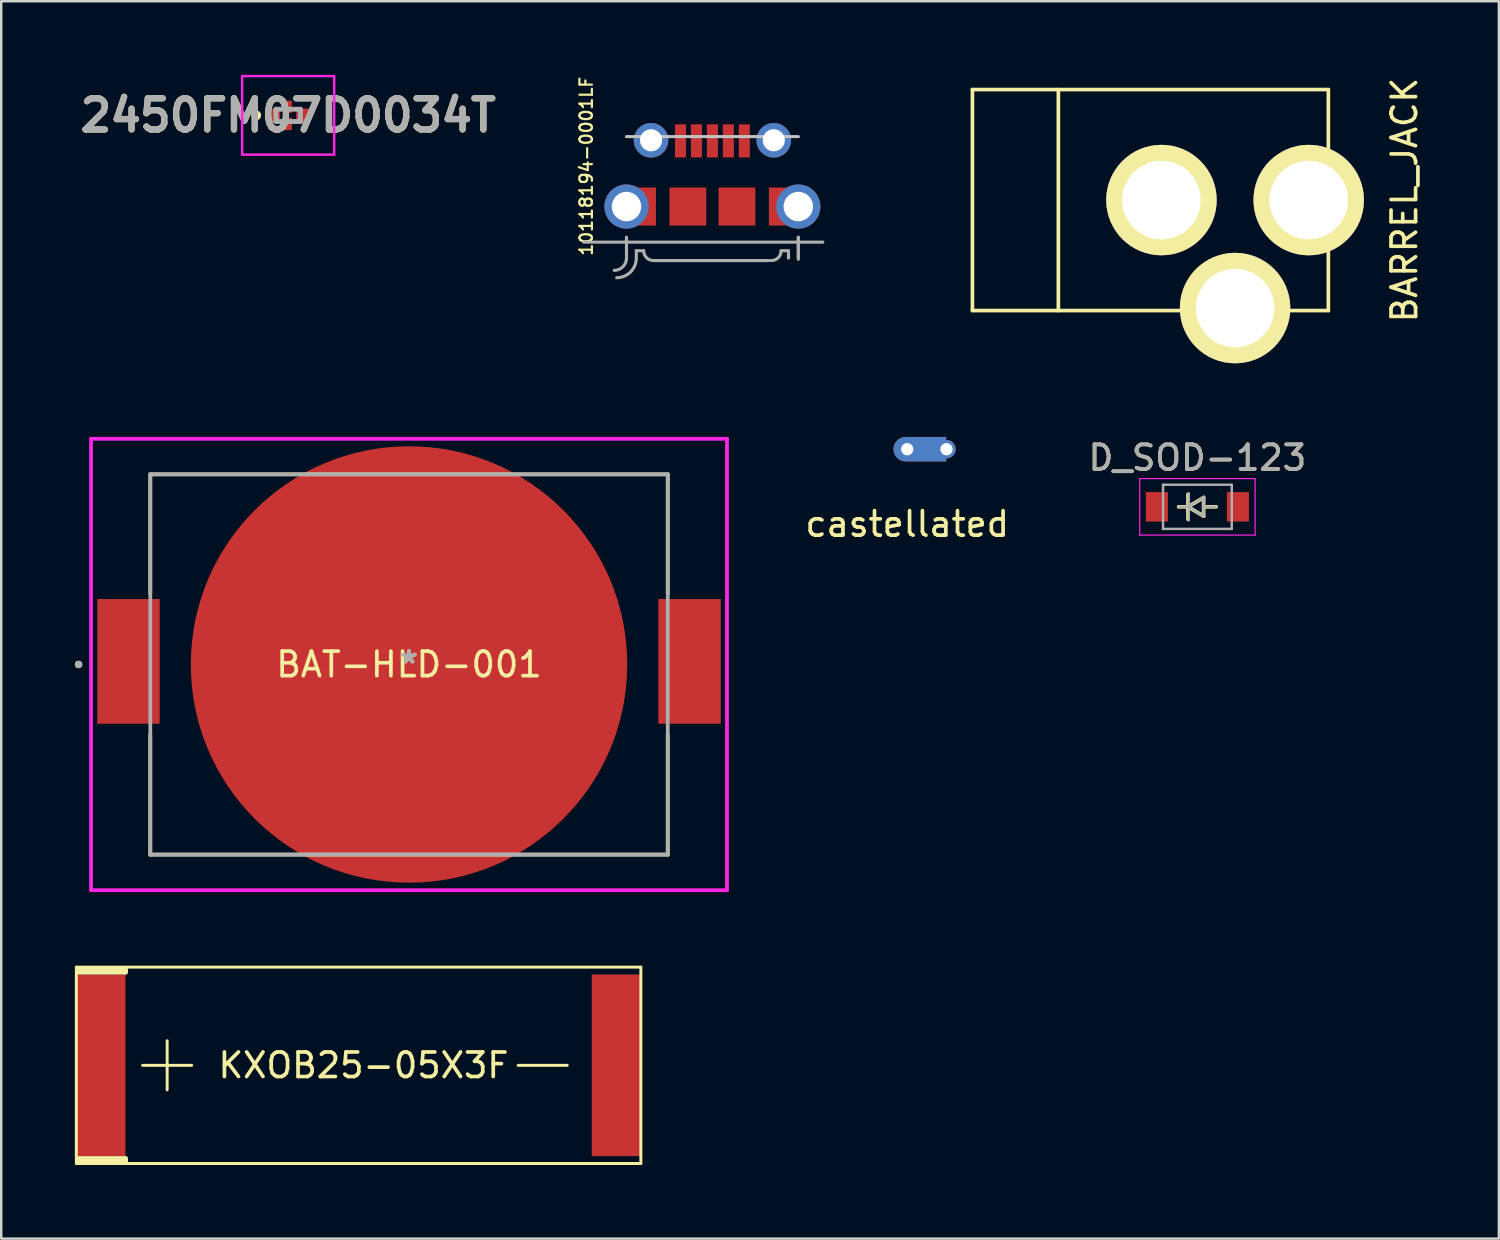
<source format=kicad_pcb>
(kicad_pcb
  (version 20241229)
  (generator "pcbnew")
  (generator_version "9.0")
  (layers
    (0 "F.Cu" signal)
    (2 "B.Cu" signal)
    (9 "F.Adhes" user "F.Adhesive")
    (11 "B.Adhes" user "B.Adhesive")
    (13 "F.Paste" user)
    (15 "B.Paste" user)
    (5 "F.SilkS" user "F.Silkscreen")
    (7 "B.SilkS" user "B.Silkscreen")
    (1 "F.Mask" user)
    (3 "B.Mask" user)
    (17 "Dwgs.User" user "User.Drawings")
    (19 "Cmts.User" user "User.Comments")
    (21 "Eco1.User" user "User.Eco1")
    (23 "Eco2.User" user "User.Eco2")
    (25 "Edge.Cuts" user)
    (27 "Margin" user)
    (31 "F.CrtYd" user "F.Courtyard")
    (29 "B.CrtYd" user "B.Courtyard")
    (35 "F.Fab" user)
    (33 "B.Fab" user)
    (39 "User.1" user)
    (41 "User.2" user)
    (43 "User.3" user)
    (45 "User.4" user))
  (footprint "2450FM07D0034T"
    (layer "F.Cu")
    (at 8.69 1.65)
    (property "Reference" "2450FM07D0034T" (at 0 0 0) (layer "F.SilkS") (effects (font (size 1.27 1.27) (thickness 0.254))))
    (attr smd)
    (fp_line (start -1.3 -0.1) (end -1.3 -0.1) (stroke (width 0.2) (type solid)) (layer "F.SilkS"))
    (fp_line (start -1.3 0.1) (end -1.3 0.1) (stroke (width 0.2) (type solid)) (layer "F.SilkS"))
    (fp_arc (start -1.3 -0.1) (mid -1.2 0) (end -1.3 0.1) (stroke (width 0.2) (type solid)) (layer "F.SilkS"))
    (fp_arc (start -1.3 0.1) (mid -1.4 0) (end -1.3 -0.1) (stroke (width 0.2) (type solid)) (layer "F.SilkS"))
    (fp_line (start -1.875 -1.6) (end 1.875 -1.6) (stroke (width 0.1) (type solid)) (layer "F.CrtYd"))
    (fp_line (start -1.875 1.6) (end -1.875 -1.6) (stroke (width 0.1) (type solid)) (layer "F.CrtYd"))
    (fp_line (start 1.875 -1.6) (end 1.875 1.6) (stroke (width 0.1) (type solid)) (layer "F.CrtYd"))
    (fp_line (start 1.875 1.6) (end -1.875 1.6) (stroke (width 0.1) (type solid)) (layer "F.CrtYd"))
    (fp_line (start -0.5 -0.25) (end 0.5 -0.25) (stroke (width 0.2) (type solid)) (layer "F.Fab"))
    (fp_line (start -0.5 0.25) (end -0.5 -0.25) (stroke (width 0.2) (type solid)) (layer "F.Fab"))
    (fp_line (start 0.5 -0.25) (end 0.5 0.25) (stroke (width 0.2) (type solid)) (layer "F.Fab"))
    (fp_line (start 0.5 0.25) (end -0.5 0.25) (stroke (width 0.2) (type solid)) (layer "F.Fab"))
    (fp_text user "${REFERENCE}" (at 0 0 0) (layer "F.Fab") (effects (font (size 1.27 1.27) (thickness 0.254))))
    (pad "1" smd rect (at -0.6 0 90) (size 0.55 0.55) (layers "F.Cu" "F.Mask" "F.Paste"))
    (pad "2" smd rect (at 0 0.35) (size 0.3 0.5) (layers "F.Cu" "F.Mask" "F.Paste"))
    (pad "3" smd rect (at 0.6 0 90) (size 0.55 0.55) (layers "F.Cu" "F.Mask" "F.Paste"))
    (pad "4" smd rect (at 0 -0.35) (size 0.3 0.5) (layers "F.Cu" "F.Mask" "F.Paste")))
  (footprint "castellated"
    (layer "F.Cu")
    (at 33.912 15.251)
    (property "Reference" "castellated" (at 0 3.048 0) (layer "F.SilkS") (effects (font (size 1 1) (thickness 0.15))))
    (attr through_hole)
    (pad "1" thru_hole circle (at 0 0) (size 0.75 0.75) (drill 0.5) (layers "*.Cu" "*.Mask"))
    (pad "1" smd custom (at 0.762 0) (size 1.65 1) (layers "F.Cu" "F.Mask" "F.Paste") (options (anchor rect)) (primitives (gr_circle (center -0.825 0) (end -0.325 0) (width 0) (fill yes))))
    (pad "1" smd custom (at 0.762 0) (size 1.65 1) (layers "*.Mask" "B.Cu") (options (anchor rect)) (primitives (gr_circle (center -0.825 0) (end -0.325 0) (width 0) (fill yes))))
    (pad "1" thru_hole circle (at 1.6 0) (size 0.75 0.75) (drill 0.5) (layers "*.Cu" "*.Mask")))
  (footprint "D_SOD-123"
    (layer "F.Cu")
    (at 45.734 17.599)
    (property "Reference" "D_SOD-123" (at 0 -2 0) (layer "F.SilkS") (effects (font (size 1 1) (thickness 0.15))))
    (attr smd)
    (fp_line (start -0.762 0) (end -0.381 0) (stroke (width 0.15) (type solid)) (layer "F.SilkS"))
    (fp_line (start -0.381 -0.508) (end -0.381 0.508) (stroke (width 0.15) (type solid)) (layer "F.SilkS"))
    (fp_line (start -0.381 0) (end 0.254 -0.381) (stroke (width 0.15) (type solid)) (layer "F.SilkS"))
    (fp_line (start 0.254 -0.381) (end 0.254 0.381) (stroke (width 0.15) (type solid)) (layer "F.SilkS"))
    (fp_line (start 0.254 0) (end 0.762 0) (stroke (width 0.15) (type solid)) (layer "F.SilkS"))
    (fp_line (start 0.254 0.381) (end -0.381 0) (stroke (width 0.15) (type solid)) (layer "F.SilkS"))
    (fp_line (start -2.35 -1.15) (end -2.35 1.15) (stroke (width 0.05) (type solid)) (layer "F.CrtYd"))
    (fp_line (start -2.35 -1.15) (end 2.35 -1.15) (stroke (width 0.05) (type solid)) (layer "F.CrtYd"))
    (fp_line (start 2.35 -1.15) (end 2.35 1.15) (stroke (width 0.05) (type solid)) (layer "F.CrtYd"))
    (fp_line (start 2.35 1.15) (end -2.35 1.15) (stroke (width 0.05) (type solid)) (layer "F.CrtYd"))
    (fp_line (start -1.4 -0.9) (end 1.4 -0.9) (stroke (width 0.1) (type solid)) (layer "F.Fab"))
    (fp_line (start -1.4 0.9) (end -1.4 -0.9) (stroke (width 0.1) (type solid)) (layer "F.Fab"))
    (fp_line (start -0.75 0) (end -0.35 0) (stroke (width 0.1) (type solid)) (layer "F.Fab"))
    (fp_line (start -0.35 0) (end -0.35 -0.55) (stroke (width 0.1) (type solid)) (layer "F.Fab"))
    (fp_line (start -0.35 0) (end -0.35 0.55) (stroke (width 0.1) (type solid)) (layer "F.Fab"))
    (fp_line (start -0.35 0) (end 0.25 -0.4) (stroke (width 0.1) (type solid)) (layer "F.Fab"))
    (fp_line (start 0.25 -0.4) (end 0.25 0.4) (stroke (width 0.1) (type solid)) (layer "F.Fab"))
    (fp_line (start 0.25 0) (end 0.75 0) (stroke (width 0.1) (type solid)) (layer "F.Fab"))
    (fp_line (start 0.25 0.4) (end -0.35 0) (stroke (width 0.1) (type solid)) (layer "F.Fab"))
    (fp_line (start 1.4 -0.9) (end 1.4 0.9) (stroke (width 0.1) (type solid)) (layer "F.Fab"))
    (fp_line (start 1.4 0.9) (end -1.4 0.9) (stroke (width 0.1) (type solid)) (layer "F.Fab"))
    (fp_text user "${REFERENCE}" (at 0 -2 0) (layer "F.Fab") (effects (font (size 1 1) (thickness 0.15))))
    (pad "1" smd rect (at -1.65 0) (size 0.9 1.2) (layers "F.Cu" "F.Mask" "F.Paste"))
    (pad "2" smd rect (at 1.65 0) (size 0.9 1.2) (layers "F.Cu" "F.Mask" "F.Paste")))
  (footprint "BAT-HLD-001"
    (layer "F.Cu")
    (at 13.614 24.022)
    (property "Reference" "BAT-HLD-001" (at 0 0 0) (layer "F.SilkS") (effects (font (size 1 1) (thickness 0.15))))
    (attr through_hole)
    (fp_line (start -10.541 -7.747) (end -10.541 -2.873) (stroke (width 0.152) (type solid)) (layer "F.SilkS"))
    (fp_line (start -10.541 2.873) (end -10.541 7.747) (stroke (width 0.152) (type solid)) (layer "F.SilkS"))
    (fp_line (start -10.541 7.747) (end 10.541 7.747) (stroke (width 0.152) (type solid)) (layer "F.SilkS"))
    (fp_line (start 10.541 -7.747) (end -10.541 -7.747) (stroke (width 0.152) (type solid)) (layer "F.SilkS"))
    (fp_line (start 10.541 -2.873) (end 10.541 -7.747) (stroke (width 0.152) (type solid)) (layer "F.SilkS"))
    (fp_line (start 10.541 7.747) (end 10.541 2.873) (stroke (width 0.152) (type solid)) (layer "F.SilkS"))
    (fp_circle (center -13.462 0) (end -13.386 0) (stroke (width 0.152) (type solid)) (fill no) (layer "F.SilkS"))
    (fp_line (start -12.954 -9.195) (end 12.954 -9.195) (stroke (width 0.152) (type solid)) (layer "F.CrtYd"))
    (fp_line (start -12.954 9.195) (end -12.954 -9.195) (stroke (width 0.152) (type solid)) (layer "F.CrtYd"))
    (fp_line (start 12.954 -9.195) (end 12.954 9.195) (stroke (width 0.152) (type solid)) (layer "F.CrtYd"))
    (fp_line (start 12.954 9.195) (end -12.954 9.195) (stroke (width 0.152) (type solid)) (layer "F.CrtYd"))
    (fp_line (start -10.541 -7.747) (end -10.541 7.747) (stroke (width 0.152) (type solid)) (layer "F.Fab"))
    (fp_line (start -10.541 7.747) (end 10.541 7.747) (stroke (width 0.152) (type solid)) (layer "F.Fab"))
    (fp_line (start 10.541 -7.747) (end -10.541 -7.747) (stroke (width 0.152) (type solid)) (layer "F.Fab"))
    (fp_line (start 10.541 7.747) (end 10.541 -7.747) (stroke (width 0.152) (type solid)) (layer "F.Fab"))
    (fp_circle (center -13.462 0) (end -13.386 0) (stroke (width 0.152) (type solid)) (fill no) (layer "F.Fab"))
    (fp_text user "*" (at 0 0 0) (layer "F.SilkS") (effects (font (size 1 1) (thickness 0.15))))
    (fp_text user "Copyright 2016 Accelerated Designs. All rights reserved." (at 0 0 0) (layer "Cmts.User") (effects (font (size 0.127 0.127) (thickness 0.002))))
    (fp_text user "*" (at 0 0 0) (layer "F.Fab") (effects (font (size 1 1) (thickness 0.15))))
    (pad "1" smd rect (at -11.43 -0.127) (size 2.54 5.08) (layers "F.Cu" "F.Mask" "F.Paste"))
    (pad "2" smd circle (at 0 0) (size 17.78 17.78) (layers "F.Cu" "F.Mask" "F.Paste"))
    (pad "3" smd rect (at 11.43 -0.127) (size 2.54 5.08) (layers "F.Cu" "F.Mask" "F.Paste")))
  (footprint "KXOB25-05X3F"
    (layer "F.Cu")
    (at 1.06 40.353)
    (property "Reference" "KXOB25-05X3F" (at 10.7 0 0) (layer "F.SilkS") (effects (font (size 1 1) (thickness 0.15))))
    (attr through_hole)
    (fp_line (start -1 -4) (end 22 -4) (stroke (width 0.12) (type solid)) (layer "F.SilkS"))
    (fp_line (start -1 4) (end -1 -4) (stroke (width 0.12) (type solid)) (layer "F.SilkS"))
    (fp_line (start 1 -3.9) (end -0.9 -3.9) (stroke (width 0.203) (type solid)) (layer "F.SilkS"))
    (fp_line (start 1 -3.9) (end 1 -3.8) (stroke (width 0.203) (type solid)) (layer "F.SilkS"))
    (fp_line (start 1 -3.8) (end -0.9 -3.8) (stroke (width 0.203) (type solid)) (layer "F.SilkS"))
    (fp_line (start 1 3.8) (end -0.9 3.8) (stroke (width 0.203) (type solid)) (layer "F.SilkS"))
    (fp_line (start 1 3.8) (end 1 3.9) (stroke (width 0.203) (type solid)) (layer "F.SilkS"))
    (fp_line (start 1 3.9) (end -0.9 3.9) (stroke (width 0.203) (type solid)) (layer "F.SilkS"))
    (fp_line (start 1.7 0) (end 3.7 0) (stroke (width 0.12) (type solid)) (layer "F.SilkS"))
    (fp_line (start 2.7 -1) (end 2.7 1) (stroke (width 0.12) (type solid)) (layer "F.SilkS"))
    (fp_line (start 17 0) (end 19 0) (stroke (width 0.12) (type solid)) (layer "F.SilkS"))
    (fp_line (start 22 -4) (end 22 4) (stroke (width 0.12) (type solid)) (layer "F.SilkS"))
    (fp_line (start 22 4) (end -1 4) (stroke (width 0.12) (type solid)) (layer "F.SilkS"))
    (pad "1" smd rect (at 0 0) (size 2 7.4) (layers "F.Cu" "F.Mask" "F.Paste"))
    (pad "2" smd rect (at 21 0) (size 2 7.4) (layers "F.Cu" "F.Mask" "F.Paste")))
  (footprint "BARREL_JACK"
    (layer "F.Cu")
    (at 44.069 5.101)
    (property "Reference" "BARREL_JACK" (at 10.099 0 90) (layer "F.SilkS") (effects (font (size 1 1) (thickness 0.15))))
    (attr through_hole)
    (fp_line (start -7.501 -4.501) (end -7.501 4.501) (stroke (width 0.15) (type solid)) (layer "F.SilkS"))
    (fp_line (start -7.501 4.501) (end 7 4.501) (stroke (width 0.15) (type solid)) (layer "F.SilkS"))
    (fp_line (start -4 -4.501) (end -4 4.501) (stroke (width 0.15) (type solid)) (layer "F.SilkS"))
    (fp_line (start 7 -4.501) (end -7.501 -4.501) (stroke (width 0.15) (type solid)) (layer "F.SilkS"))
    (fp_line (start 7 4.501) (end 7 -4.501) (stroke (width 0.15) (type solid)) (layer "F.SilkS"))
    (pad "1" thru_hole circle (at 6.2 0) (size 4.5 4.5) (drill 3.2) (layers "*.Cu" "*.Mask" "F.SilkS"))
    (pad "2" thru_hole circle (at 0.2 0) (size 4.5 4.5) (drill 3.2) (layers "*.Cu" "*.Mask" "F.SilkS"))
    (pad "3" thru_hole circle (at 3.2 4.4) (size 4.5 4.5) (drill 3.2) (layers "*.Cu" "*.Mask" "F.SilkS")))
  (footprint "10118194-0001LF"
    (layer "F.Cu")
    (at 25.974 5.365)
    (property "Reference" "10118194-0001LF" (at -5.14 -1.642 90) (layer "F.SilkS") (effects (font (size 0.508 0.508) (thickness 0.089))))
    (attr smd)
    (fp_line (start -3.5 -2.85) (end 3.5 -2.85) (stroke (width 0.127) (type solid)) (layer "Dwgs.User"))
    (fp_line (start -5.25 1.45) (end 4.5 1.45) (stroke (width 0.127) (type solid)) (layer "F.Fab"))
    (fp_line (start -3.5 1.25) (end -3.5 2.1) (stroke (width 0.127) (type solid)) (layer "F.Fab"))
    (fp_line (start -3.5 2.1) (end -3.5 2.15) (stroke (width 0.127) (type solid)) (layer "F.Fab"))
    (fp_line (start -3.1 1.8) (end -2.8 1.8) (stroke (width 0.127) (type solid)) (layer "F.Fab"))
    (fp_line (start -3.1 2.1) (end -3.1 1.8) (stroke (width 0.127) (type solid)) (layer "F.Fab"))
    (fp_line (start -2.4 2.2) (end 2.3 2.2) (stroke (width 0.127) (type solid)) (layer "F.Fab"))
    (fp_line (start 3.1 1.8) (end 2.8 1.8) (stroke (width 0.127) (type solid)) (layer "F.Fab"))
    (fp_line (start 3.1 2.1) (end 3.1 1.8) (stroke (width 0.127) (type solid)) (layer "F.Fab"))
    (fp_line (start 3.5 1.25) (end 3.5 2.1) (stroke (width 0.127) (type solid)) (layer "F.Fab"))
    (fp_line (start 3.5 1.25) (end 3.5 2.15) (stroke (width 0.127) (type solid)) (layer "F.Fab"))
    (fp_arc (start -3.5 2.1) (mid -3.646447 2.453553) (end -4 2.6) (stroke (width 0.127) (type solid)) (layer "F.Fab"))
    (fp_arc (start -3.1 2.1) (mid -3.334315 2.665685) (end -3.9 2.9) (stroke (width 0.127) (type solid)) (layer "F.Fab"))
    (fp_arc (start -2.4 2.2) (mid -2.682843 2.082843) (end -2.8 1.8) (stroke (width 0.127) (type solid)) (layer "F.Fab"))
    (fp_arc (start 2.8 1.8) (mid 2.682843 2.082843) (end 2.4 2.2) (stroke (width 0.127) (type solid)) (layer "F.Fab"))
    (fp_text user "PCB~{Edge}" (at 4.258 1.503 0) (layer "Edge.Cuts") (effects (font (size 1 1) (thickness 0.05))))
    (pad "1" smd rect (at -1.3 -2.675 180) (size 0.45 1.35) (layers "F.Cu" "F.Mask" "F.Paste"))
    (pad "2" smd rect (at -0.65 -2.675 180) (size 0.45 1.35) (layers "F.Cu" "F.Mask" "F.Paste"))
    (pad "3" smd rect (at 0 -2.675 180) (size 0.45 1.35) (layers "F.Cu" "F.Mask" "F.Paste"))
    (pad "4" smd rect (at 0.65 -2.675 180) (size 0.45 1.35) (layers "F.Cu" "F.Mask" "F.Paste"))
    (pad "5" smd rect (at 1.3 -2.675 180) (size 0.45 1.35) (layers "F.Cu" "F.Mask" "F.Paste"))
    (pad "6" thru_hole circle (at -2.5 -2.7) (size 1.408 1.408) (drill 0.9) (layers "*.Cu" "*.Mask"))
    (pad "7" thru_hole circle (at 2.5 -2.7) (size 1.408 1.408) (drill 0.9) (layers "*.Cu" "*.Mask"))
    (pad "8" thru_hole circle (at -3.5 0) (size 1.8 1.8) (drill 1.2) (layers "*.Cu" "*.Mask"))
    (pad "9" thru_hole circle (at 3.5 0) (size 1.8 1.8) (drill 1.2) (layers "*.Cu" "*.Mask"))
    (pad "10" smd rect (at -1 0) (size 1.5 1.55) (layers "F.Cu" "F.Mask" "F.Paste"))
    (pad "11" smd rect (at 1 0) (size 1.5 1.55) (layers "F.Cu" "F.Mask" "F.Paste"))
    (pad "12" smd rect (at -3.05 0) (size 1.5 1.55) (layers "F.Cu" "F.Mask" "F.Paste"))
    (pad "13" smd rect (at 3.05 0) (size 1.5 1.55) (layers "F.Cu" "F.Mask" "F.Paste")))
  (gr_rect
    (start -3 -3)
    (end 58.016 47.413)
    (stroke (width 0.1) (type default))
    (fill no)
    (layer "Edge.Cuts")))
</source>
